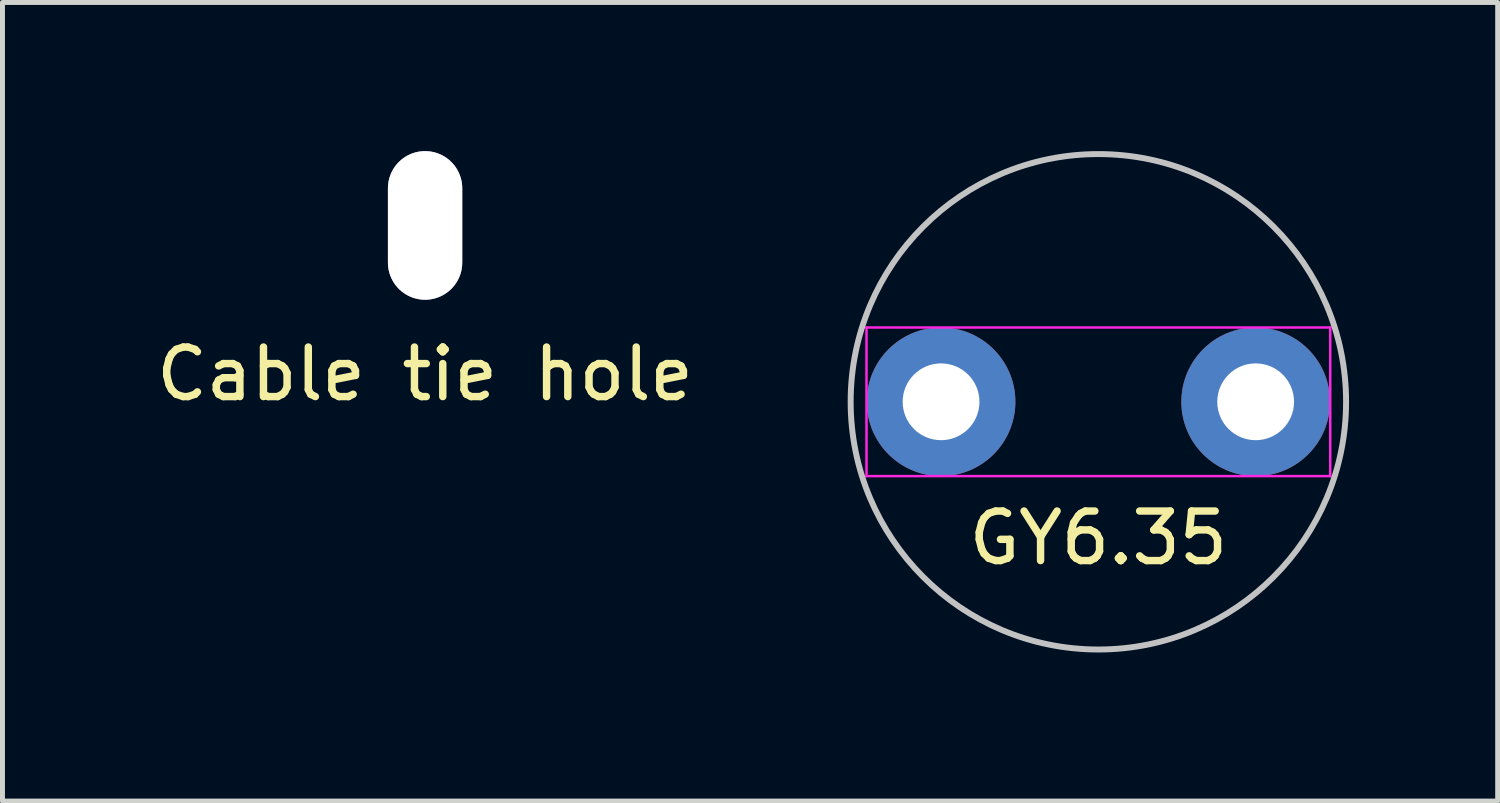
<source format=kicad_pcb>
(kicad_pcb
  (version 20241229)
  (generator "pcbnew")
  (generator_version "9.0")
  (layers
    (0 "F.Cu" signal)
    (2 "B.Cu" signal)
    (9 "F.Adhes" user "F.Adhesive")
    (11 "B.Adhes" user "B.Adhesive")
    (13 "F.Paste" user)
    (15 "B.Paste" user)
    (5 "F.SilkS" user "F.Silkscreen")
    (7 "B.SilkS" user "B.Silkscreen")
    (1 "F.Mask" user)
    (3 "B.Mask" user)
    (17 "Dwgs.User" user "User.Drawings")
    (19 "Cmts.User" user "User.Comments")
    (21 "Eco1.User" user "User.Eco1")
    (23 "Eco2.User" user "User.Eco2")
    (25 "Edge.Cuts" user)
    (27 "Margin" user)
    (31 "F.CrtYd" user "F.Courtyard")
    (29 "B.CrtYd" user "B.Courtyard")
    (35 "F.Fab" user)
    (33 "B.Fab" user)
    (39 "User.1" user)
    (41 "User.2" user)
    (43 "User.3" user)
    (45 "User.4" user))
  (footprint "Cable tie hole"
    (layer "F.Cu")
    (at 5.53 1.5)
    (property "Reference" "Cable tie hole" (at 0 3 0) (layer "F.SilkS") (effects (font (size 1 1) (thickness 0.15))))
    (attr through_hole)
    (pad "1" thru_hole oval (at 0 0) (size 1.5 3) (drill oval 1.5 3) (layers "*.Cu" "*.Mask")))
  (footprint "GY6.35"
    (layer "F.Cu")
    (at 19.12 5.06)
    (property "Reference" "GY6.35" (at 0 2.75 0) (layer "F.SilkS") (effects (font (size 1 1) (thickness 0.15))))
    (attr through_hole)
    (fp_circle (center 0 0) (end 5 0) (stroke (width 0.12) (type solid)) (fill no) (layer "Dwgs.User"))
    (fp_line (start -4.68 -1.5) (end 4.68 -1.5) (stroke (width 0.05) (type solid)) (layer "F.CrtYd"))
    (fp_line (start -4.68 1.5) (end -4.68 -1.5) (stroke (width 0.05) (type solid)) (layer "F.CrtYd"))
    (fp_line (start 4.68 -1.5) (end 4.68 1.5) (stroke (width 0.05) (type solid)) (layer "F.CrtYd"))
    (fp_line (start 4.68 1.5) (end -4.68 1.5) (stroke (width 0.05) (type solid)) (layer "F.CrtYd"))
    (pad "1" thru_hole circle (at -3.175 0) (size 3 3) (drill 1.55) (layers "*.Cu" "*.Mask"))
    (pad "2" thru_hole circle (at 3.175 0) (size 3 3) (drill 1.55) (layers "*.Cu" "*.Mask")))
  (gr_rect
    (start -3 -3)
    (end 27.18 13.12)
    (stroke (width 0.1) (type default))
    (fill no)
    (layer "Edge.Cuts")))
</source>
